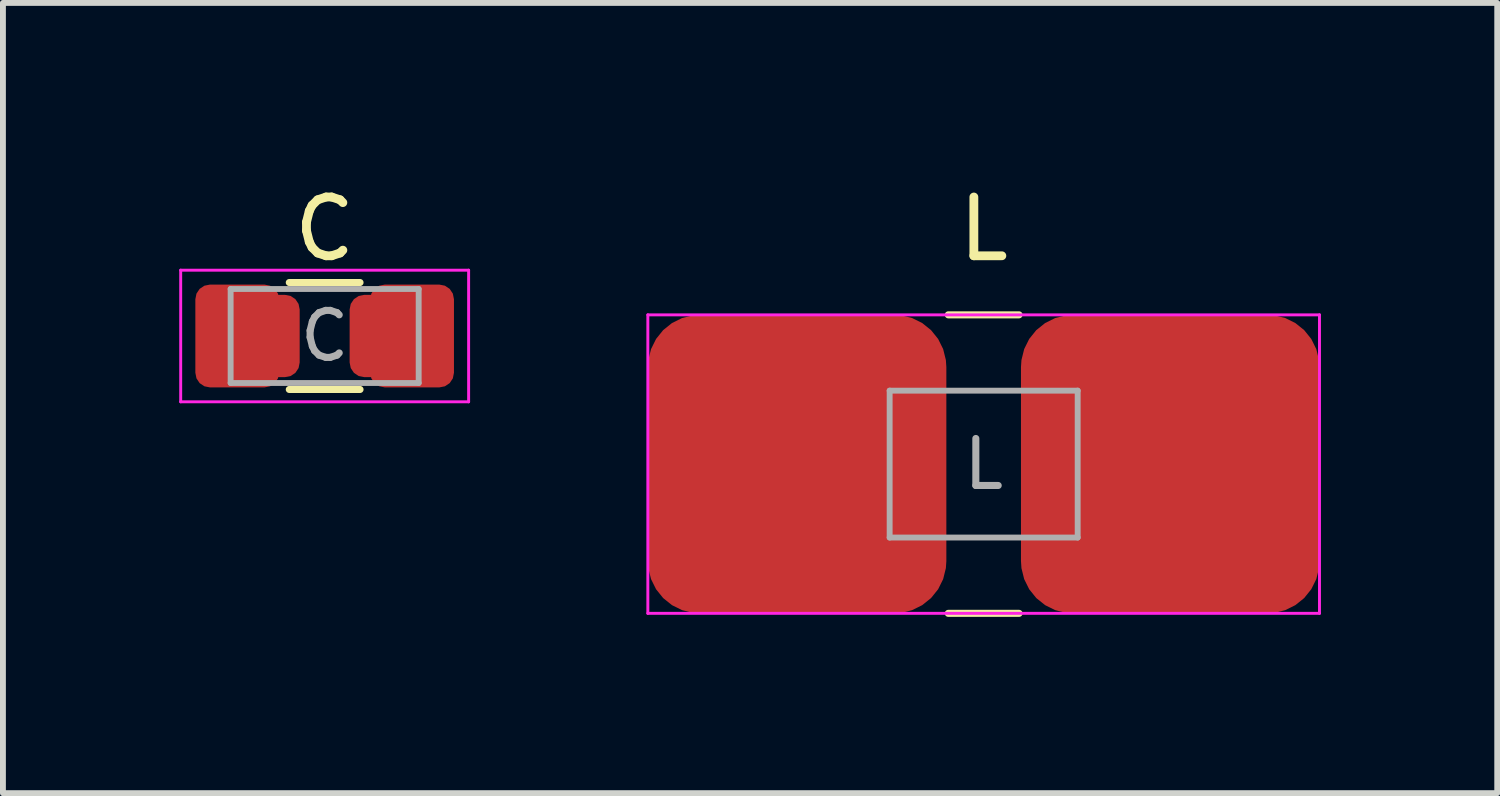
<source format=kicad_pcb>
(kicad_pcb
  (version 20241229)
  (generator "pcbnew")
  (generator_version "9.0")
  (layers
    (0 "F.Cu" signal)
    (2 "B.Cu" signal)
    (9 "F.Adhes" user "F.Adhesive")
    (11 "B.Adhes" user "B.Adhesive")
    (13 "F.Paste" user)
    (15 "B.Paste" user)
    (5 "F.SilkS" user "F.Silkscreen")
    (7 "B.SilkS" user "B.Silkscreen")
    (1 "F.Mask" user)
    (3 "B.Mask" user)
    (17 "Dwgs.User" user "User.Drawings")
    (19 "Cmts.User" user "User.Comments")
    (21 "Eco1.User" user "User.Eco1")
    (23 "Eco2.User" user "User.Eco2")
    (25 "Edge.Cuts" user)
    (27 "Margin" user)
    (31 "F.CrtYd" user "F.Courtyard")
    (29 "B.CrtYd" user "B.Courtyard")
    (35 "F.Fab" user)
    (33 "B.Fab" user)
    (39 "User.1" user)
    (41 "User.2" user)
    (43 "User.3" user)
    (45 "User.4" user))
  (footprint "L"
    (layer "F.Cu")
    (at 13.69 4.848)
    (property "Reference" "L" (at 0 -4 0) (layer "F.SilkS") (effects (font (size 1 1) (thickness 0.15))))
    (attr smd)
    (fp_line (start -0.602 -2.54) (end 0.602 -2.54) (stroke (width 0.12) (type solid)) (layer "F.SilkS"))
    (fp_line (start -0.602 2.54) (end 0.602 2.54) (stroke (width 0.12) (type solid)) (layer "F.SilkS"))
    (fp_line (start -5.715 -2.54) (end 5.715 -2.54) (stroke (width 0.05) (type solid)) (layer "F.CrtYd"))
    (fp_line (start -5.715 2.54) (end -5.715 -2.54) (stroke (width 0.05) (type solid)) (layer "F.CrtYd"))
    (fp_line (start 5.715 -2.54) (end 5.715 2.54) (stroke (width 0.05) (type solid)) (layer "F.CrtYd"))
    (fp_line (start 5.715 2.54) (end -5.715 2.54) (stroke (width 0.05) (type solid)) (layer "F.CrtYd"))
    (fp_line (start -1.6 -1.25) (end 1.6 -1.25) (stroke (width 0.1) (type solid)) (layer "F.Fab"))
    (fp_line (start -1.6 1.25) (end -1.6 -1.25) (stroke (width 0.1) (type solid)) (layer "F.Fab"))
    (fp_line (start 1.6 -1.25) (end 1.6 1.25) (stroke (width 0.1) (type solid)) (layer "F.Fab"))
    (fp_line (start 1.6 1.25) (end -1.6 1.25) (stroke (width 0.1) (type solid)) (layer "F.Fab"))
    (fp_text user "${REFERENCE}" (at 0 0 0) (layer "F.Fab") (effects (font (size 0.8 0.8) (thickness 0.12))))
    (pad "1" smd roundrect (at -3.175 0) (size 5.08 5.08) (layers "F.Cu" "F.Mask" "F.Paste") (roundrect_rratio 0.175))
    (pad "2" smd roundrect (at 3.175 0) (size 5.08 5.08) (layers "F.Cu" "F.Mask" "F.Paste") (roundrect_rratio 0.175)))
  (footprint "C"
    (layer "F.Cu")
    (at 2.475 2.668)
    (property "Reference" "C" (at 0 -1.82 0) (layer "F.SilkS") (effects (font (size 1 1) (thickness 0.15))))
    (attr smd)
    (fp_line (start -0.602 -0.91) (end 0.602 -0.91) (stroke (width 0.12) (type solid)) (layer "F.SilkS"))
    (fp_line (start -0.602 0.91) (end 0.602 0.91) (stroke (width 0.12) (type solid)) (layer "F.SilkS"))
    (fp_line (start -2.45 -1.12) (end 2.45 -1.12) (stroke (width 0.05) (type solid)) (layer "F.CrtYd"))
    (fp_line (start -2.45 1.12) (end -2.45 -1.12) (stroke (width 0.05) (type solid)) (layer "F.CrtYd"))
    (fp_line (start 2.45 -1.12) (end 2.45 1.12) (stroke (width 0.05) (type solid)) (layer "F.CrtYd"))
    (fp_line (start 2.45 1.12) (end -2.45 1.12) (stroke (width 0.05) (type solid)) (layer "F.CrtYd"))
    (fp_line (start -1.6 -0.8) (end 1.6 -0.8) (stroke (width 0.1) (type solid)) (layer "F.Fab"))
    (fp_line (start -1.6 0.8) (end -1.6 -0.8) (stroke (width 0.1) (type solid)) (layer "F.Fab"))
    (fp_line (start 1.6 -0.8) (end 1.6 0.8) (stroke (width 0.1) (type solid)) (layer "F.Fab"))
    (fp_line (start 1.6 0.8) (end -1.6 0.8) (stroke (width 0.1) (type solid)) (layer "F.Fab"))
    (fp_text user "${REFERENCE}" (at 0 0 0) (layer "F.Fab") (effects (font (size 0.8 0.8) (thickness 0.12))))
    (pad "1" smd roundrect (at -1.488 0) (size 1.425 1.75) (layers "F.Cu" "F.Mask" "F.Paste") (roundrect_rratio 0.175))
    (pad "1" smd roundrect (at -1 0) (size 1.15 1.4) (layers "F.Cu" "F.Mask" "F.Paste") (roundrect_rratio 0.217))
    (pad "2" smd roundrect (at 1 0) (size 1.15 1.4) (layers "F.Cu" "F.Mask" "F.Paste") (roundrect_rratio 0.217))
    (pad "2" smd roundrect (at 1.488 0) (size 1.425 1.75) (layers "F.Cu" "F.Mask" "F.Paste") (roundrect_rratio 0.175)))
  (gr_rect
    (start -3 -3)
    (end 22.43 10.448)
    (stroke (width 0.1) (type default))
    (fill no)
    (layer "Edge.Cuts")))
</source>
